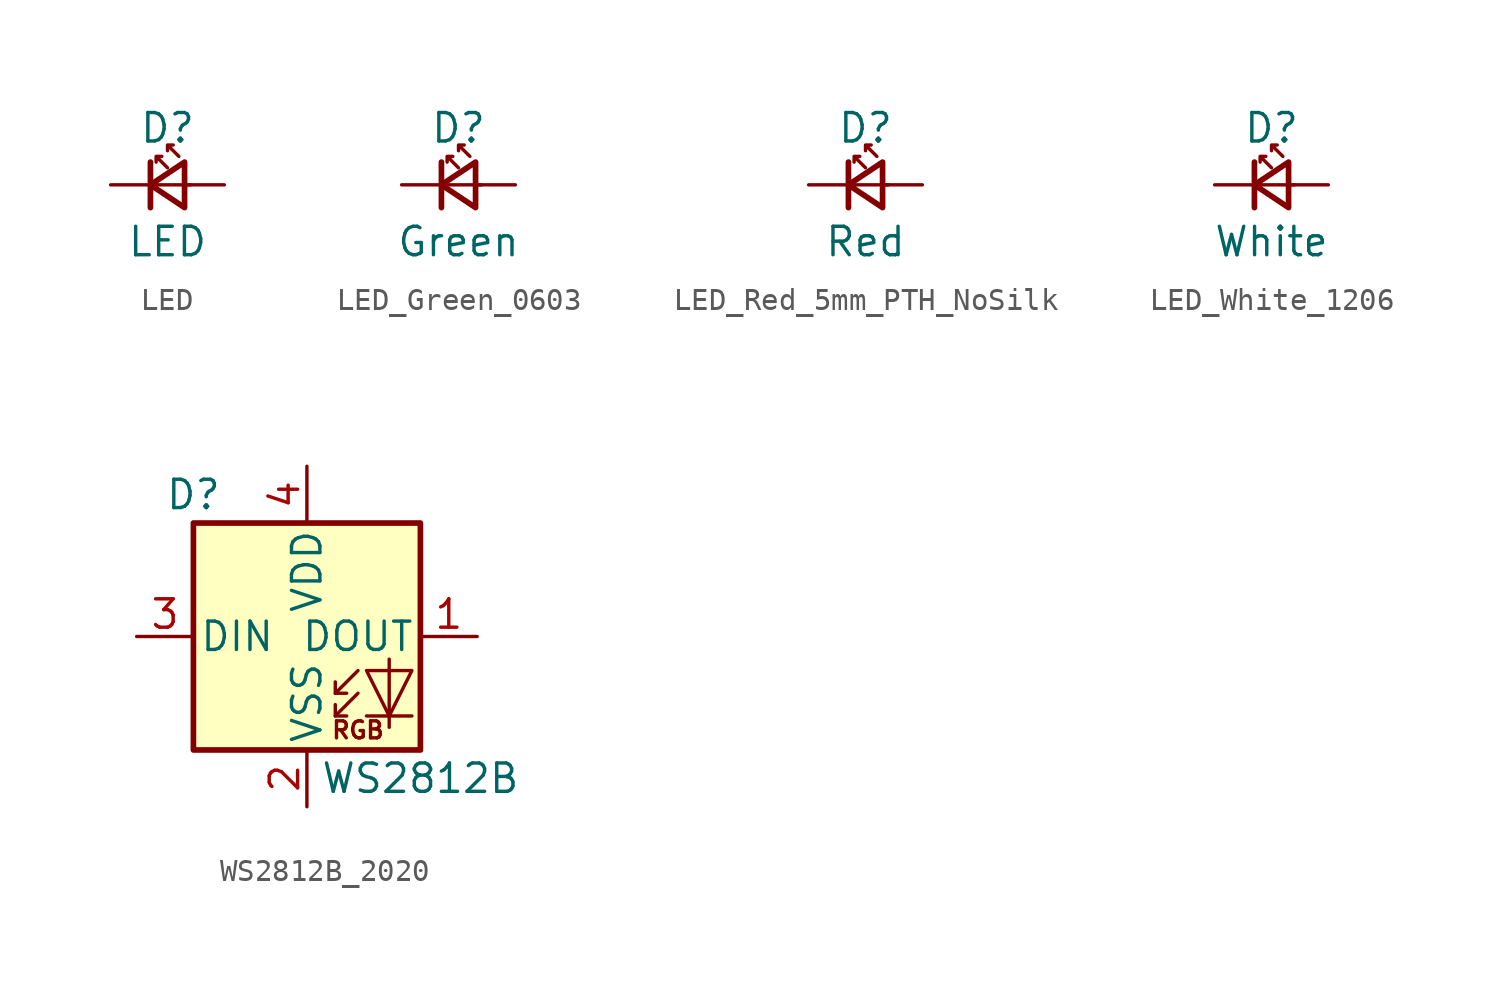
<source format=kicad_sym>
(kicad_symbol_lib
  (version 20241209)
  (generator "kicad_symbol_editor")
  (generator_version "9.0")
  (symbol "LED"
    (pin_numbers
      (hide yes))
    (pin_names
      (offset 1.016)
      (hide yes))
    (property "Reference" "D"
      (at 0 2.54 0)
      (effects (font (size 1.27 1.27))))
    (property "Value" "LED"
      (at 0 -2.54 0)
      (effects (font (size 1.27 1.27))))
    (symbol "LED_0_1"
      (polyline (pts (xy -0.762 -1.016) (xy -0.762 1.016)) (stroke (width 0.254) (type default)) (fill (type none)))
      (polyline (pts (xy 0 0.762) (xy -0.508 1.27) (xy -0.254 1.27) (xy -0.508 1.27) (xy -0.508 1.016)) (stroke (width 0) (type default)) (fill (type none)))
      (polyline (pts (xy 0.508 1.27) (xy 0 1.778) (xy 0.254 1.778) (xy 0 1.778) (xy 0 1.524)) (stroke (width 0) (type default)) (fill (type none)))
      (polyline (pts (xy 0.762 -1.016) (xy -0.762 0) (xy 0.762 1.016) (xy 0.762 -1.016)) (stroke (width 0.254) (type default)) (fill (type none)))
      (polyline (pts (xy 1.016 0) (xy -0.762 0)) (stroke (width 0) (type default)) (fill (type none))))
    (symbol "LED_1_1"
      (pin passive line (at -2.54 0 0) (length 1.778) (name "K" (effects (font (size 1.27 1.27)))) (number "1" (effects (font (size 1.27 1.27)))))
      (pin passive line (at 2.54 0 180) (length 1.778) (name "A" (effects (font (size 1.27 1.27)))) (number "2" (effects (font (size 1.27 1.27)))))))
  (symbol "LED_Green_0603"
    (pin_numbers
      (hide yes))
    (pin_names
      (offset 1.016)
      (hide yes))
    (property "Reference" "D"
      (at 0 2.54 0)
      (effects (font (size 1.27 1.27))))
    (property "Value" "Green"
      (at 0 -2.54 0)
      (effects (font (size 1.27 1.27))))
    (symbol "LED_Green_0603_0_1"
      (polyline (pts (xy -0.762 -1.016) (xy -0.762 1.016)) (stroke (width 0.254) (type default)) (fill (type none)))
      (polyline (pts (xy 0 0.762) (xy -0.508 1.27) (xy -0.254 1.27) (xy -0.508 1.27) (xy -0.508 1.016)) (stroke (width 0) (type default)) (fill (type none)))
      (polyline (pts (xy 0.508 1.27) (xy 0 1.778) (xy 0.254 1.778) (xy 0 1.778) (xy 0 1.524)) (stroke (width 0) (type default)) (fill (type none)))
      (polyline (pts (xy 0.762 -1.016) (xy -0.762 0) (xy 0.762 1.016) (xy 0.762 -1.016)) (stroke (width 0.254) (type default)) (fill (type none)))
      (polyline (pts (xy 1.016 0) (xy -0.762 0)) (stroke (width 0) (type default)) (fill (type none))))
    (symbol "LED_Green_0603_1_1"
      (pin passive line (at -2.54 0 0) (length 1.778) (name "K" (effects (font (size 1.27 1.27)))) (number "1" (effects (font (size 1.27 1.27)))))
      (pin passive line (at 2.54 0 180) (length 1.778) (name "A" (effects (font (size 1.27 1.27)))) (number "2" (effects (font (size 1.27 1.27)))))))
  (symbol "LED_Red_5mm_PTH_NoSilk"
    (pin_numbers
      (hide yes))
    (pin_names
      (offset 1.016)
      (hide yes))
    (property "Reference" "D"
      (at 0 2.54 0)
      (effects (font (size 1.27 1.27))))
    (property "Value" "Red"
      (at 0 -2.54 0)
      (effects (font (size 1.27 1.27))))
    (symbol "LED_Red_5mm_PTH_NoSilk_0_1"
      (polyline (pts (xy -0.762 -1.016) (xy -0.762 1.016)) (stroke (width 0.254) (type default)) (fill (type none)))
      (polyline (pts (xy 0 0.762) (xy -0.508 1.27) (xy -0.254 1.27) (xy -0.508 1.27) (xy -0.508 1.016)) (stroke (width 0) (type default)) (fill (type none)))
      (polyline (pts (xy 0.508 1.27) (xy 0 1.778) (xy 0.254 1.778) (xy 0 1.778) (xy 0 1.524)) (stroke (width 0) (type default)) (fill (type none)))
      (polyline (pts (xy 0.762 -1.016) (xy -0.762 0) (xy 0.762 1.016) (xy 0.762 -1.016)) (stroke (width 0.254) (type default)) (fill (type none)))
      (polyline (pts (xy 1.016 0) (xy -0.762 0)) (stroke (width 0) (type default)) (fill (type none))))
    (symbol "LED_Red_5mm_PTH_NoSilk_1_1"
      (pin passive line (at -2.54 0 0) (length 1.778) (name "K" (effects (font (size 1.27 1.27)))) (number "1" (effects (font (size 1.27 1.27)))))
      (pin passive line (at 2.54 0 180) (length 1.778) (name "A" (effects (font (size 1.27 1.27)))) (number "2" (effects (font (size 1.27 1.27)))))))
  (symbol "LED_White_1206"
    (pin_numbers
      (hide yes))
    (pin_names
      (offset 1.016)
      (hide yes))
    (property "Reference" "D"
      (at 0 2.54 0)
      (effects (font (size 1.27 1.27))))
    (property "Value" "White"
      (at 0 -2.54 0)
      (effects (font (size 1.27 1.27))))
    (symbol "LED_White_1206_0_1"
      (polyline (pts (xy -0.762 -1.016) (xy -0.762 1.016)) (stroke (width 0.254) (type default)) (fill (type none)))
      (polyline (pts (xy 0 0.762) (xy -0.508 1.27) (xy -0.254 1.27) (xy -0.508 1.27) (xy -0.508 1.016)) (stroke (width 0) (type default)) (fill (type none)))
      (polyline (pts (xy 0.508 1.27) (xy 0 1.778) (xy 0.254 1.778) (xy 0 1.778) (xy 0 1.524)) (stroke (width 0) (type default)) (fill (type none)))
      (polyline (pts (xy 0.762 -1.016) (xy -0.762 0) (xy 0.762 1.016) (xy 0.762 -1.016)) (stroke (width 0.254) (type default)) (fill (type none)))
      (polyline (pts (xy 1.016 0) (xy -0.762 0)) (stroke (width 0) (type default)) (fill (type none))))
    (symbol "LED_White_1206_1_1"
      (pin passive line (at -2.54 0 0) (length 1.778) (name "K" (effects (font (size 1.27 1.27)))) (number "1" (effects (font (size 1.27 1.27)))))
      (pin passive line (at 2.54 0 180) (length 1.778) (name "A" (effects (font (size 1.27 1.27)))) (number "2" (effects (font (size 1.27 1.27)))))))
  (symbol "WS2812B_2020"
    (pin_names
      (offset 0.254))
    (property "Reference" "D"
      (at -5.08 6.35 0)
      (effects (font (size 1.27 1.27))))
    (property "Value" "WS2812B"
      (at 5.08 -6.35 0)
      (do_not_autoplace)
      (effects (font (size 1.27 1.27))))
    (symbol "WS2812B_2020_0_0"
      (text "RGB" (at 2.286 -4.191 0) (effects (font (size 0.762 0.762)))))
    (symbol "WS2812B_2020_0_1"
      (polyline (pts (xy 1.27 -2.54) (xy 1.778 -2.54)) (stroke (width 0) (type default)) (fill (type none)))
      (polyline (pts (xy 1.27 -3.556) (xy 1.778 -3.556)) (stroke (width 0) (type default)) (fill (type none)))
      (polyline (pts (xy 2.286 -1.524) (xy 1.27 -2.54) (xy 1.27 -2.032)) (stroke (width 0) (type default)) (fill (type none)))
      (polyline (pts (xy 2.286 -2.54) (xy 1.27 -3.556) (xy 1.27 -3.048)) (stroke (width 0) (type default)) (fill (type none)))
      (polyline (pts (xy 3.683 -1.016) (xy 3.683 -3.556) (xy 3.683 -4.064)) (stroke (width 0) (type default)) (fill (type none)))
      (polyline (pts (xy 4.699 -1.524) (xy 2.667 -1.524) (xy 3.683 -3.556) (xy 4.699 -1.524)) (stroke (width 0) (type default)) (fill (type none)))
      (polyline (pts (xy 4.699 -3.556) (xy 2.667 -3.556)) (stroke (width 0) (type default)) (fill (type none)))
      (rectangle (start 5.08 5.08) (end -5.08 -5.08) (stroke (width 0.254) (type default)) (fill (type background))))
    (symbol "WS2812B_2020_1_1"
      (pin input line (at -7.62 0 0) (length 2.54) (name "DIN" (effects (font (size 1.27 1.27)))) (number "3" (effects (font (size 1.27 1.27)))))
      (pin power_in line (at 0 7.62 270) (length 2.54) (name "VDD" (effects (font (size 1.27 1.27)))) (number "4" (effects (font (size 1.27 1.27)))))
      (pin power_in line (at 0 -7.62 90) (length 2.54) (name "VSS" (effects (font (size 1.27 1.27)))) (number "2" (effects (font (size 1.27 1.27)))))
      (pin output line (at 7.62 0 180) (length 2.54) (name "DOUT" (effects (font (size 1.27 1.27)))) (number "1" (effects (font (size 1.27 1.27))))))))
</source>
